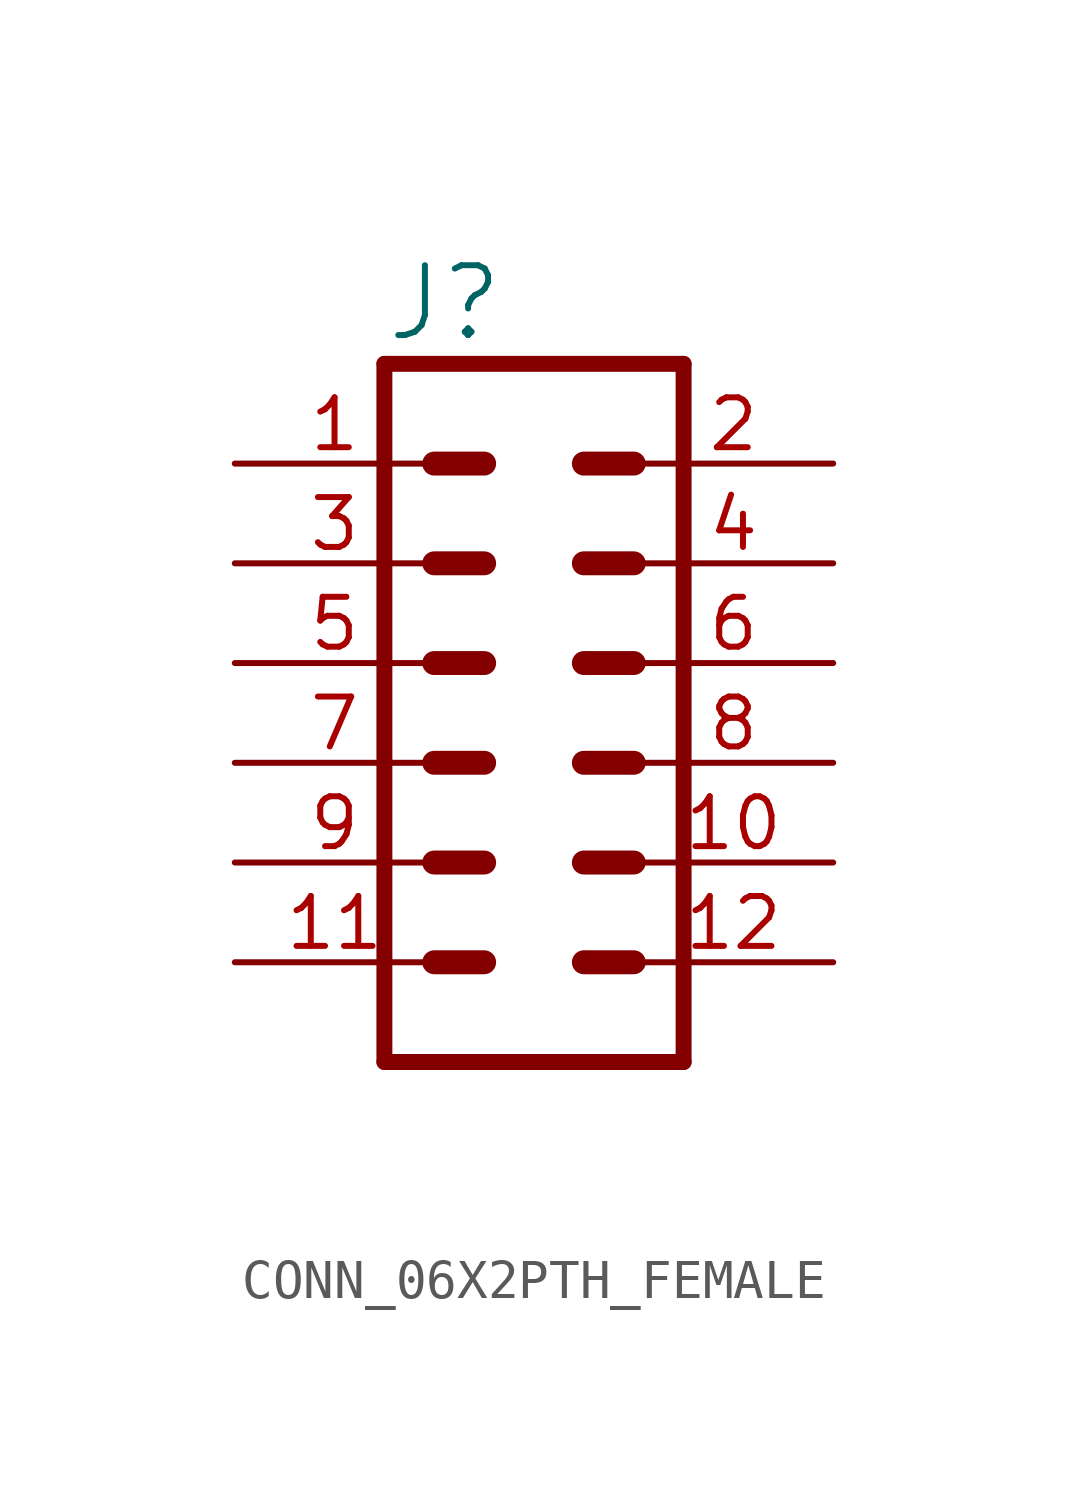
<source format=kicad_sym>
(kicad_symbol_lib
  (version 20231120)
  (generator "kicad_symbol_editor")
  (generator_version "8.0")
  (symbol "CONN_06X2PTH_FEMALE"
    (property "Reference" "J"
      (at -1.27 15.748 0)
      (effects (font (size 1.778 1.778)) (justify left bottom)))
    (property "Value" ""
      (at -1.27 -4.826 0)
      (effects (font (size 1.778 1.778)) (justify left bottom)))
    (property "ki_locked" ""
      (at 0 0 0)
      (effects (font (size 1.27 1.27))))
    (symbol "CONN_06X2PTH_FEMALE_1_0"
      (polyline (pts (xy -1.27 15.24) (xy -1.27 -2.54)) (stroke (width 0.406) (type solid)) (fill (type none)))
      (polyline (pts (xy -1.27 15.24) (xy 6.35 15.24)) (stroke (width 0.406) (type solid)) (fill (type none)))
      (polyline (pts (xy 1.27 0) (xy 0 0)) (stroke (width 0.61) (type solid)) (fill (type none)))
      (polyline (pts (xy 1.27 2.54) (xy 0 2.54)) (stroke (width 0.61) (type solid)) (fill (type none)))
      (polyline (pts (xy 1.27 5.08) (xy 0 5.08)) (stroke (width 0.61) (type solid)) (fill (type none)))
      (polyline (pts (xy 1.27 7.62) (xy 0 7.62)) (stroke (width 0.61) (type solid)) (fill (type none)))
      (polyline (pts (xy 1.27 10.16) (xy 0 10.16)) (stroke (width 0.61) (type solid)) (fill (type none)))
      (polyline (pts (xy 1.27 12.7) (xy 0 12.7)) (stroke (width 0.61) (type solid)) (fill (type none)))
      (polyline (pts (xy 3.81 0) (xy 5.08 0)) (stroke (width 0.61) (type solid)) (fill (type none)))
      (polyline (pts (xy 3.81 2.54) (xy 5.08 2.54)) (stroke (width 0.61) (type solid)) (fill (type none)))
      (polyline (pts (xy 3.81 5.08) (xy 5.08 5.08)) (stroke (width 0.61) (type solid)) (fill (type none)))
      (polyline (pts (xy 3.81 7.62) (xy 5.08 7.62)) (stroke (width 0.61) (type solid)) (fill (type none)))
      (polyline (pts (xy 3.81 10.16) (xy 5.08 10.16)) (stroke (width 0.61) (type solid)) (fill (type none)))
      (polyline (pts (xy 3.81 12.7) (xy 5.08 12.7)) (stroke (width 0.61) (type solid)) (fill (type none)))
      (polyline (pts (xy 6.35 -2.54) (xy -1.27 -2.54)) (stroke (width 0.406) (type solid)) (fill (type none)))
      (polyline (pts (xy 6.35 -2.54) (xy 6.35 15.24)) (stroke (width 0.406) (type solid)) (fill (type none)))
      (pin passive line (at -5.08 12.7 0) (length 5.08) (name "1" (effects (font (size 0 0)))) (number "1" (effects (font (size 1.27 1.27)))))
      (pin passive line (at 10.16 2.54 180) (length 5.08) (name "10" (effects (font (size 0 0)))) (number "10" (effects (font (size 1.27 1.27)))))
      (pin passive line (at -5.08 0 0) (length 5.08) (name "11" (effects (font (size 0 0)))) (number "11" (effects (font (size 1.27 1.27)))))
      (pin passive line (at 10.16 0 180) (length 5.08) (name "12" (effects (font (size 0 0)))) (number "12" (effects (font (size 1.27 1.27)))))
      (pin passive line (at 10.16 12.7 180) (length 5.08) (name "2" (effects (font (size 0 0)))) (number "2" (effects (font (size 1.27 1.27)))))
      (pin passive line (at -5.08 10.16 0) (length 5.08) (name "3" (effects (font (size 0 0)))) (number "3" (effects (font (size 1.27 1.27)))))
      (pin passive line (at 10.16 10.16 180) (length 5.08) (name "4" (effects (font (size 0 0)))) (number "4" (effects (font (size 1.27 1.27)))))
      (pin passive line (at -5.08 7.62 0) (length 5.08) (name "5" (effects (font (size 0 0)))) (number "5" (effects (font (size 1.27 1.27)))))
      (pin passive line (at 10.16 7.62 180) (length 5.08) (name "6" (effects (font (size 0 0)))) (number "6" (effects (font (size 1.27 1.27)))))
      (pin passive line (at -5.08 5.08 0) (length 5.08) (name "7" (effects (font (size 0 0)))) (number "7" (effects (font (size 1.27 1.27)))))
      (pin passive line (at 10.16 5.08 180) (length 5.08) (name "8" (effects (font (size 0 0)))) (number "8" (effects (font (size 1.27 1.27)))))
      (pin passive line (at -5.08 2.54 0) (length 5.08) (name "9" (effects (font (size 0 0)))) (number "9" (effects (font (size 1.27 1.27))))))))
</source>
